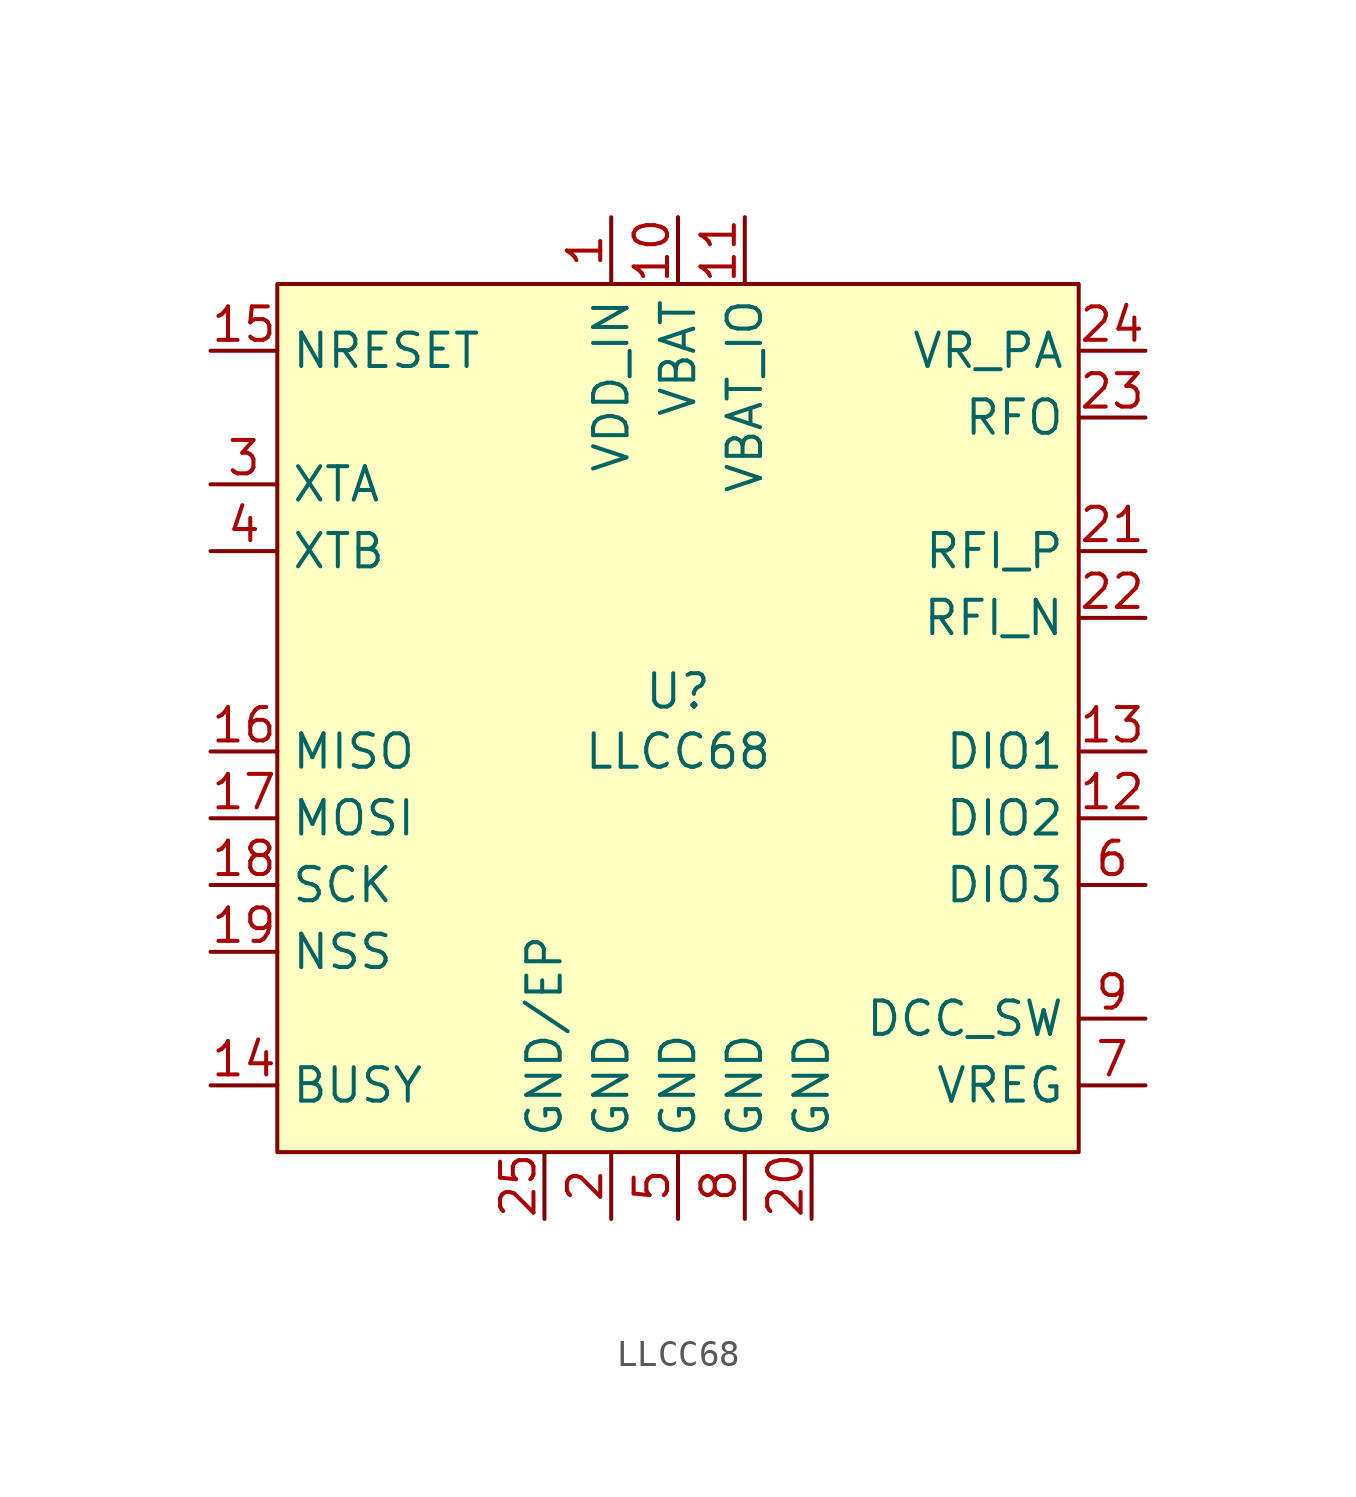
<source format=kicad_sym>
(kicad_symbol_lib
  (version 20231120)
  (generator "kicad_symbol_editor")
  (generator_version "8.0")
  (symbol "LLCC68"
    (property "Reference" "U"
      (at 0 1.016 0)
      (effects (font (size 1.27 1.27))))
    (property "Value" "LLCC68"
      (at 0 -1.27 0)
      (effects (font (size 1.27 1.27))))
    (symbol "LLCC68_1_1"
      (rectangle (start -15.24 16.51) (end 15.24 -16.51) (stroke (width 0) (type default)) (fill (type background)))
      (pin power_in line (at -2.54 19.05 270) (length 2.54) (name "VDD_IN" (effects (font (size 1.27 1.27)))) (number "1" (effects (font (size 1.27 1.27)))))
      (pin power_in line (at 0 19.05 270) (length 2.54) (name "VBAT" (effects (font (size 1.27 1.27)))) (number "10" (effects (font (size 1.27 1.27)))))
      (pin power_in line (at 2.54 19.05 270) (length 2.54) (name "VBAT_IO" (effects (font (size 1.27 1.27)))) (number "11" (effects (font (size 1.27 1.27)))))
      (pin bidirectional line (at 17.78 -3.81 180) (length 2.54) (name "DIO2" (effects (font (size 1.27 1.27)))) (number "12" (effects (font (size 1.27 1.27)))) (alternate "RF_Sw" output line))
      (pin bidirectional line (at 17.78 -1.27 180) (length 2.54) (name "DIO1" (effects (font (size 1.27 1.27)))) (number "13" (effects (font (size 1.27 1.27)))))
      (pin output line (at -17.78 -13.97 0) (length 2.54) (name "BUSY" (effects (font (size 1.27 1.27)))) (number "14" (effects (font (size 1.27 1.27)))))
      (pin input line (at -17.78 13.97 0) (length 2.54) (name "NRESET" (effects (font (size 1.27 1.27)))) (number "15" (effects (font (size 1.27 1.27)))))
      (pin output line (at -17.78 -1.27 0) (length 2.54) (name "MISO" (effects (font (size 1.27 1.27)))) (number "16" (effects (font (size 1.27 1.27)))))
      (pin output line (at -17.78 -3.81 0) (length 2.54) (name "MOSI" (effects (font (size 1.27 1.27)))) (number "17" (effects (font (size 1.27 1.27)))))
      (pin output line (at -17.78 -6.35 0) (length 2.54) (name "SCK" (effects (font (size 1.27 1.27)))) (number "18" (effects (font (size 1.27 1.27)))))
      (pin output line (at -17.78 -8.89 0) (length 2.54) (name "NSS" (effects (font (size 1.27 1.27)))) (number "19" (effects (font (size 1.27 1.27)))))
      (pin power_in line (at -2.54 -19.05 90) (length 2.54) (name "GND" (effects (font (size 1.27 1.27)))) (number "2" (effects (font (size 1.27 1.27)))))
      (pin power_in line (at 5.08 -19.05 90) (length 2.54) (name "GND" (effects (font (size 1.27 1.27)))) (number "20" (effects (font (size 1.27 1.27)))))
      (pin input line (at 17.78 6.35 180) (length 2.54) (name "RFI_P" (effects (font (size 1.27 1.27)))) (number "21" (effects (font (size 1.27 1.27)))))
      (pin input line (at 17.78 3.81 180) (length 2.54) (name "RFI_N" (effects (font (size 1.27 1.27)))) (number "22" (effects (font (size 1.27 1.27)))))
      (pin output line (at 17.78 11.43 180) (length 2.54) (name "RFO" (effects (font (size 1.27 1.27)))) (number "23" (effects (font (size 1.27 1.27)))))
      (pin output line (at 17.78 13.97 180) (length 2.54) (name "VR_PA" (effects (font (size 1.27 1.27)))) (number "24" (effects (font (size 1.27 1.27)))))
      (pin power_in line (at -5.08 -19.05 90) (length 2.54) (name "GND/EP" (effects (font (size 1.27 1.27)))) (number "25" (effects (font (size 1.27 1.27)))))
      (pin passive line (at -17.78 8.89 0) (length 2.54) (name "XTA" (effects (font (size 1.27 1.27)))) (number "3" (effects (font (size 1.27 1.27)))))
      (pin passive line (at -17.78 6.35 0) (length 2.54) (name "XTB" (effects (font (size 1.27 1.27)))) (number "4" (effects (font (size 1.27 1.27)))))
      (pin power_in line (at 0 -19.05 90) (length 2.54) (name "GND" (effects (font (size 1.27 1.27)))) (number "5" (effects (font (size 1.27 1.27)))))
      (pin bidirectional line (at 17.78 -6.35 180) (length 2.54) (name "DIO3" (effects (font (size 1.27 1.27)))) (number "6" (effects (font (size 1.27 1.27)))) (alternate "TCXO_Pwr" power_out line))
      (pin power_out line (at 17.78 -13.97 180) (length 2.54) (name "VREG" (effects (font (size 1.27 1.27)))) (number "7" (effects (font (size 1.27 1.27)))))
      (pin power_in line (at 2.54 -19.05 90) (length 2.54) (name "GND" (effects (font (size 1.27 1.27)))) (number "8" (effects (font (size 1.27 1.27)))))
      (pin power_out line (at 17.78 -11.43 180) (length 2.54) (name "DCC_SW" (effects (font (size 1.27 1.27)))) (number "9" (effects (font (size 1.27 1.27))))))))
</source>
